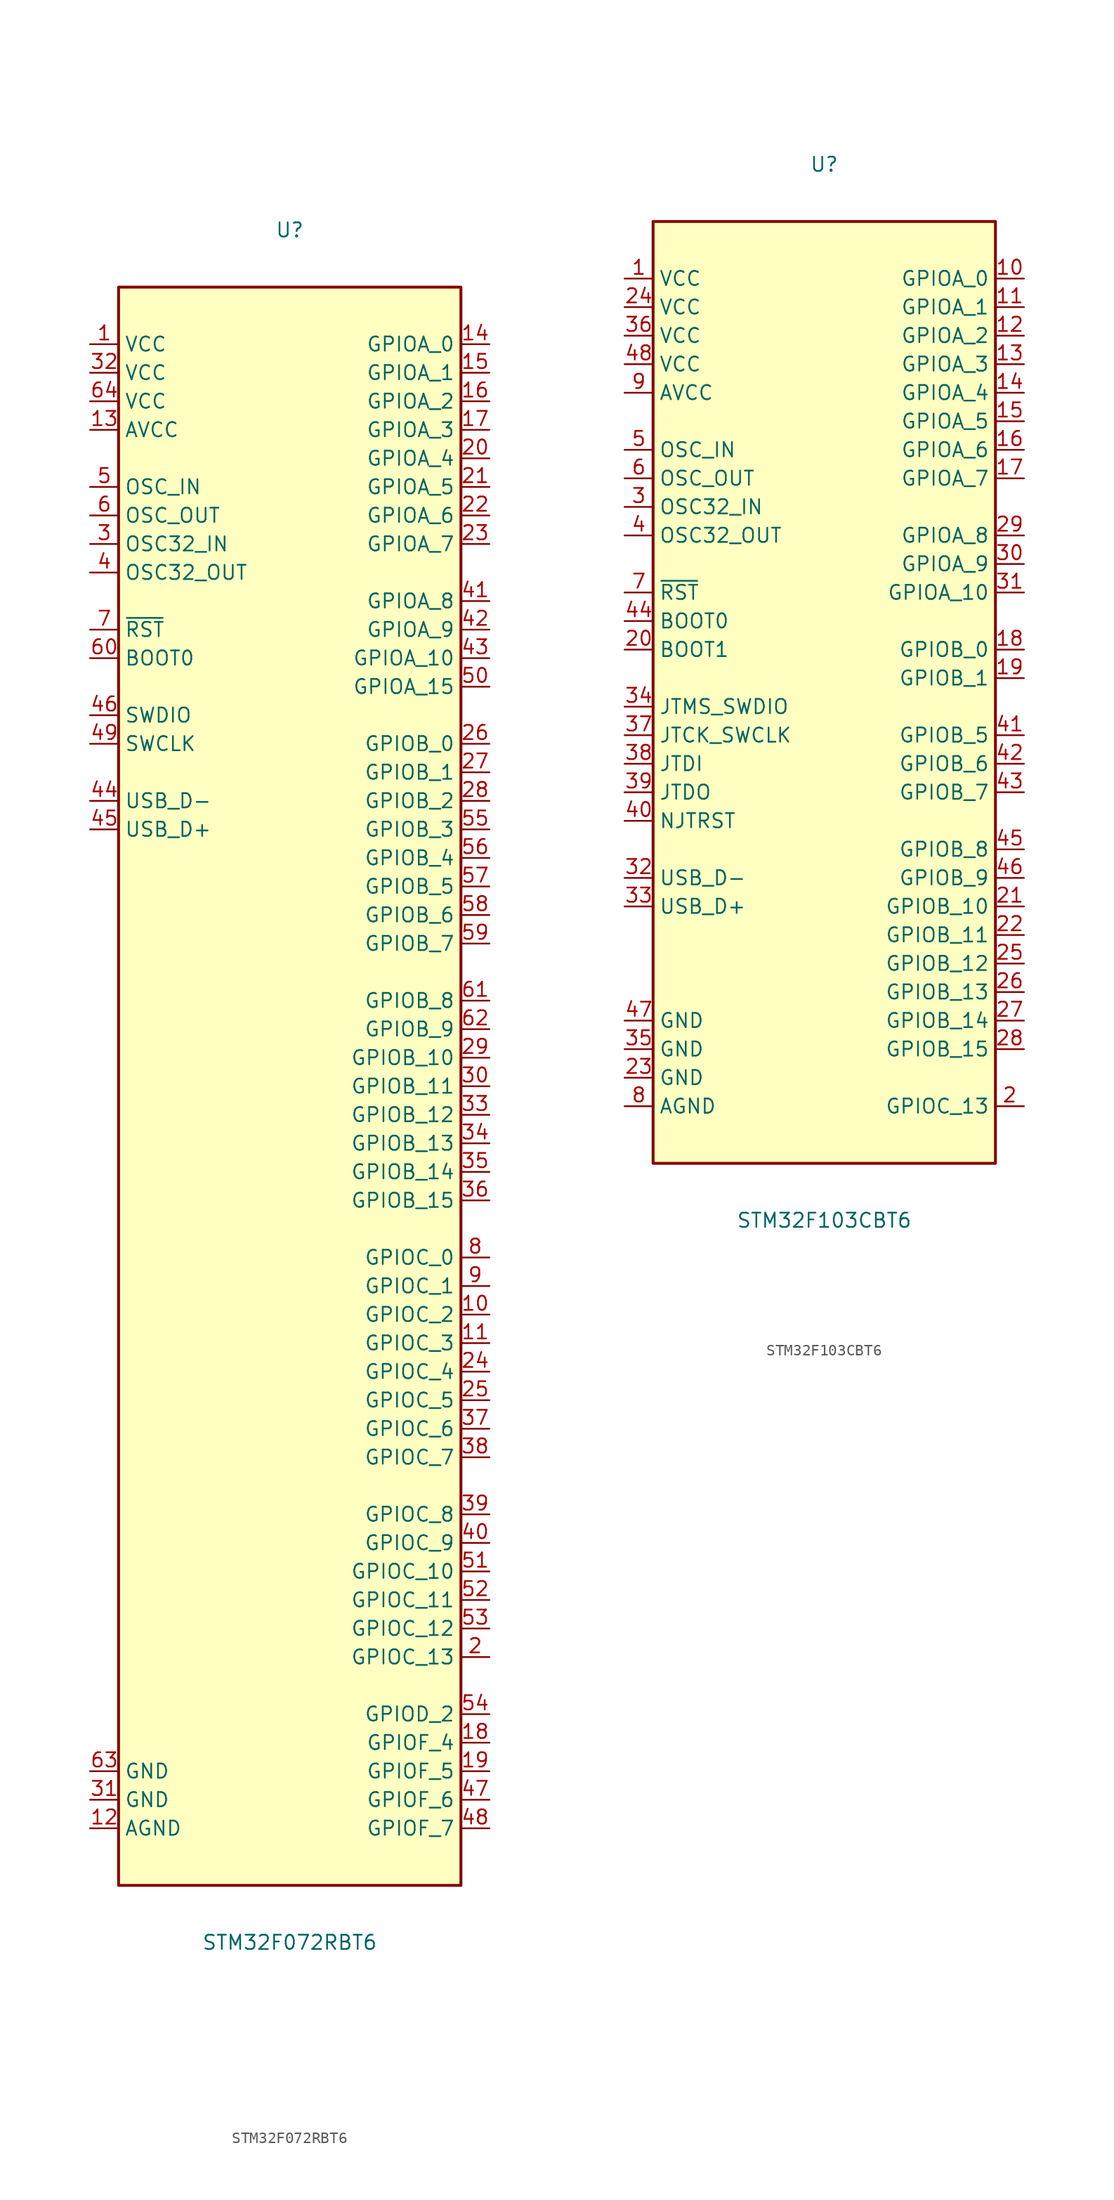
<source format=kicad_sym>
(kicad_symbol_lib
  (version 20231120)
  (generator "stm32_gen")
  (symbol "STM32F072RBT6"
    (property "Reference" "U"
      (at 0 76.2 0)
      (effects (font (size 1.27 1.27))))
    (property "Value" "STM32F072RBT6"
      (at 0 -76.2 0)
      (effects (font (size 1.27 1.27))))
    (symbol "STM32F072RBT6_0_1"
      (rectangle (start -15.24 -71.12) (end 15.24 71.12) (stroke (width 0.254) (type default)) (fill (type background))))
    (symbol "STM32F072RBT6_1_1"
      (pin power_in line (at -17.78 66.04 0) (length 2.54) (name "VCC" (effects (font (size 1.27 1.27)))) (number "1" (effects (font (size 1.27 1.27)))))
      (pin power_in line (at -17.78 63.5 0) (length 2.54) (name "VCC" (effects (font (size 1.27 1.27)))) (number "32" (effects (font (size 1.27 1.27)))))
      (pin power_in line (at -17.78 60.96 0) (length 2.54) (name "VCC" (effects (font (size 1.27 1.27)))) (number "64" (effects (font (size 1.27 1.27)))))
      (pin power_in line (at -17.78 58.42 0) (length 2.54) (name "AVCC" (effects (font (size 1.27 1.27)))) (number "13" (effects (font (size 1.27 1.27)))))
      (pin input line (at -17.78 53.34 0) (length 2.54) (name "OSC_IN" (effects (font (size 1.27 1.27)))) (number "5" (effects (font (size 1.27 1.27)))))
      (pin output line (at -17.78 50.8 0) (length 2.54) (name "OSC_OUT" (effects (font (size 1.27 1.27)))) (number "6" (effects (font (size 1.27 1.27)))))
      (pin input line (at -17.78 48.26 0) (length 2.54) (name "OSC32_IN" (effects (font (size 1.27 1.27)))) (number "3" (effects (font (size 1.27 1.27)))))
      (pin output line (at -17.78 45.72 0) (length 2.54) (name "OSC32_OUT" (effects (font (size 1.27 1.27)))) (number "4" (effects (font (size 1.27 1.27)))))
      (pin input line (at -17.78 40.64 0) (length 2.54) (name "~{RST}" (effects (font (size 1.27 1.27)))) (number "7" (effects (font (size 1.27 1.27)))))
      (pin input line (at -17.78 38.1 0) (length 2.54) (name "BOOT0" (effects (font (size 1.27 1.27)))) (number "60" (effects (font (size 1.27 1.27)))))
      (pin bidirectional line (at -17.78 33.02 0) (length 2.54) (name "SWDIO" (effects (font (size 1.27 1.27)))) (number "46" (effects (font (size 1.27 1.27)))))
      (pin bidirectional line (at -17.78 30.48 0) (length 2.54) (name "SWCLK" (effects (font (size 1.27 1.27)))) (number "49" (effects (font (size 1.27 1.27)))))
      (pin bidirectional line (at -17.78 25.4 0) (length 2.54) (name "USB_D-" (effects (font (size 1.27 1.27)))) (number "44" (effects (font (size 1.27 1.27)))))
      (pin bidirectional line (at -17.78 22.86 0) (length 2.54) (name "USB_D+" (effects (font (size 1.27 1.27)))) (number "45" (effects (font (size 1.27 1.27)))))
      (pin power_in line (at -17.78 -66.04 0) (length 2.54) (name "AGND" (effects (font (size 1.27 1.27)))) (number "12" (effects (font (size 1.27 1.27)))))
      (pin power_in line (at -17.78 -63.5 0) (length 2.54) (name "GND" (effects (font (size 1.27 1.27)))) (number "31" (effects (font (size 1.27 1.27)))))
      (pin power_in line (at -17.78 -60.96 0) (length 2.54) (name "GND" (effects (font (size 1.27 1.27)))) (number "63" (effects (font (size 1.27 1.27)))))
      (pin bidirectional line (at 17.78 66.04 180) (length 2.54) (name "GPIOA_0" (effects (font (size 1.27 1.27)))) (number "14" (effects (font (size 1.27 1.27)))))
      (pin bidirectional line (at 17.78 63.5 180) (length 2.54) (name "GPIOA_1" (effects (font (size 1.27 1.27)))) (number "15" (effects (font (size 1.27 1.27)))))
      (pin bidirectional line (at 17.78 60.96 180) (length 2.54) (name "GPIOA_2" (effects (font (size 1.27 1.27)))) (number "16" (effects (font (size 1.27 1.27)))))
      (pin bidirectional line (at 17.78 58.42 180) (length 2.54) (name "GPIOA_3" (effects (font (size 1.27 1.27)))) (number "17" (effects (font (size 1.27 1.27)))))
      (pin bidirectional line (at 17.78 55.88 180) (length 2.54) (name "GPIOA_4" (effects (font (size 1.27 1.27)))) (number "20" (effects (font (size 1.27 1.27)))))
      (pin bidirectional line (at 17.78 53.34 180) (length 2.54) (name "GPIOA_5" (effects (font (size 1.27 1.27)))) (number "21" (effects (font (size 1.27 1.27)))))
      (pin bidirectional line (at 17.78 50.8 180) (length 2.54) (name "GPIOA_6" (effects (font (size 1.27 1.27)))) (number "22" (effects (font (size 1.27 1.27)))))
      (pin bidirectional line (at 17.78 48.26 180) (length 2.54) (name "GPIOA_7" (effects (font (size 1.27 1.27)))) (number "23" (effects (font (size 1.27 1.27)))))
      (pin bidirectional line (at 17.78 43.18 180) (length 2.54) (name "GPIOA_8" (effects (font (size 1.27 1.27)))) (number "41" (effects (font (size 1.27 1.27)))))
      (pin bidirectional line (at 17.78 40.64 180) (length 2.54) (name "GPIOA_9" (effects (font (size 1.27 1.27)))) (number "42" (effects (font (size 1.27 1.27)))))
      (pin bidirectional line (at 17.78 38.1 180) (length 2.54) (name "GPIOA_10" (effects (font (size 1.27 1.27)))) (number "43" (effects (font (size 1.27 1.27)))))
      (pin bidirectional line (at 17.78 35.56 180) (length 2.54) (name "GPIOA_15" (effects (font (size 1.27 1.27)))) (number "50" (effects (font (size 1.27 1.27)))))
      (pin bidirectional line (at 17.78 30.48 180) (length 2.54) (name "GPIOB_0" (effects (font (size 1.27 1.27)))) (number "26" (effects (font (size 1.27 1.27)))))
      (pin bidirectional line (at 17.78 27.94 180) (length 2.54) (name "GPIOB_1" (effects (font (size 1.27 1.27)))) (number "27" (effects (font (size 1.27 1.27)))))
      (pin bidirectional line (at 17.78 25.4 180) (length 2.54) (name "GPIOB_2" (effects (font (size 1.27 1.27)))) (number "28" (effects (font (size 1.27 1.27)))))
      (pin bidirectional line (at 17.78 22.86 180) (length 2.54) (name "GPIOB_3" (effects (font (size 1.27 1.27)))) (number "55" (effects (font (size 1.27 1.27)))))
      (pin bidirectional line (at 17.78 20.32 180) (length 2.54) (name "GPIOB_4" (effects (font (size 1.27 1.27)))) (number "56" (effects (font (size 1.27 1.27)))))
      (pin bidirectional line (at 17.78 17.78 180) (length 2.54) (name "GPIOB_5" (effects (font (size 1.27 1.27)))) (number "57" (effects (font (size 1.27 1.27)))))
      (pin bidirectional line (at 17.78 15.24 180) (length 2.54) (name "GPIOB_6" (effects (font (size 1.27 1.27)))) (number "58" (effects (font (size 1.27 1.27)))))
      (pin bidirectional line (at 17.78 12.7 180) (length 2.54) (name "GPIOB_7" (effects (font (size 1.27 1.27)))) (number "59" (effects (font (size 1.27 1.27)))))
      (pin bidirectional line (at 17.78 7.62 180) (length 2.54) (name "GPIOB_8" (effects (font (size 1.27 1.27)))) (number "61" (effects (font (size 1.27 1.27)))))
      (pin bidirectional line (at 17.78 5.08 180) (length 2.54) (name "GPIOB_9" (effects (font (size 1.27 1.27)))) (number "62" (effects (font (size 1.27 1.27)))))
      (pin bidirectional line (at 17.78 2.54 180) (length 2.54) (name "GPIOB_10" (effects (font (size 1.27 1.27)))) (number "29" (effects (font (size 1.27 1.27)))))
      (pin bidirectional line (at 17.78 0.0 180) (length 2.54) (name "GPIOB_11" (effects (font (size 1.27 1.27)))) (number "30" (effects (font (size 1.27 1.27)))))
      (pin bidirectional line (at 17.78 -2.54 180) (length 2.54) (name "GPIOB_12" (effects (font (size 1.27 1.27)))) (number "33" (effects (font (size 1.27 1.27)))))
      (pin bidirectional line (at 17.78 -5.08 180) (length 2.54) (name "GPIOB_13" (effects (font (size 1.27 1.27)))) (number "34" (effects (font (size 1.27 1.27)))))
      (pin bidirectional line (at 17.78 -7.62 180) (length 2.54) (name "GPIOB_14" (effects (font (size 1.27 1.27)))) (number "35" (effects (font (size 1.27 1.27)))))
      (pin bidirectional line (at 17.78 -10.16 180) (length 2.54) (name "GPIOB_15" (effects (font (size 1.27 1.27)))) (number "36" (effects (font (size 1.27 1.27)))))
      (pin bidirectional line (at 17.78 -15.24 180) (length 2.54) (name "GPIOC_0" (effects (font (size 1.27 1.27)))) (number "8" (effects (font (size 1.27 1.27)))))
      (pin bidirectional line (at 17.78 -17.78 180) (length 2.54) (name "GPIOC_1" (effects (font (size 1.27 1.27)))) (number "9" (effects (font (size 1.27 1.27)))))
      (pin bidirectional line (at 17.78 -20.32 180) (length 2.54) (name "GPIOC_2" (effects (font (size 1.27 1.27)))) (number "10" (effects (font (size 1.27 1.27)))))
      (pin bidirectional line (at 17.78 -22.86 180) (length 2.54) (name "GPIOC_3" (effects (font (size 1.27 1.27)))) (number "11" (effects (font (size 1.27 1.27)))))
      (pin bidirectional line (at 17.78 -25.4 180) (length 2.54) (name "GPIOC_4" (effects (font (size 1.27 1.27)))) (number "24" (effects (font (size 1.27 1.27)))))
      (pin bidirectional line (at 17.78 -27.94 180) (length 2.54) (name "GPIOC_5" (effects (font (size 1.27 1.27)))) (number "25" (effects (font (size 1.27 1.27)))))
      (pin bidirectional line (at 17.78 -30.48 180) (length 2.54) (name "GPIOC_6" (effects (font (size 1.27 1.27)))) (number "37" (effects (font (size 1.27 1.27)))))
      (pin bidirectional line (at 17.78 -33.02 180) (length 2.54) (name "GPIOC_7" (effects (font (size 1.27 1.27)))) (number "38" (effects (font (size 1.27 1.27)))))
      (pin bidirectional line (at 17.78 -38.1 180) (length 2.54) (name "GPIOC_8" (effects (font (size 1.27 1.27)))) (number "39" (effects (font (size 1.27 1.27)))))
      (pin bidirectional line (at 17.78 -40.64 180) (length 2.54) (name "GPIOC_9" (effects (font (size 1.27 1.27)))) (number "40" (effects (font (size 1.27 1.27)))))
      (pin bidirectional line (at 17.78 -43.18 180) (length 2.54) (name "GPIOC_10" (effects (font (size 1.27 1.27)))) (number "51" (effects (font (size 1.27 1.27)))))
      (pin bidirectional line (at 17.78 -45.72 180) (length 2.54) (name "GPIOC_11" (effects (font (size 1.27 1.27)))) (number "52" (effects (font (size 1.27 1.27)))))
      (pin bidirectional line (at 17.78 -48.26 180) (length 2.54) (name "GPIOC_12" (effects (font (size 1.27 1.27)))) (number "53" (effects (font (size 1.27 1.27)))))
      (pin bidirectional line (at 17.78 -50.8 180) (length 2.54) (name "GPIOC_13" (effects (font (size 1.27 1.27)))) (number "2" (effects (font (size 1.27 1.27)))))
      (pin bidirectional line (at 17.78 -55.88 180) (length 2.54) (name "GPIOD_2" (effects (font (size 1.27 1.27)))) (number "54" (effects (font (size 1.27 1.27)))))
      (pin bidirectional line (at 17.78 -58.42 180) (length 2.54) (name "GPIOF_4" (effects (font (size 1.27 1.27)))) (number "18" (effects (font (size 1.27 1.27)))))
      (pin bidirectional line (at 17.78 -60.96 180) (length 2.54) (name "GPIOF_5" (effects (font (size 1.27 1.27)))) (number "19" (effects (font (size 1.27 1.27)))))
      (pin bidirectional line (at 17.78 -63.5 180) (length 2.54) (name "GPIOF_6" (effects (font (size 1.27 1.27)))) (number "47" (effects (font (size 1.27 1.27)))))
      (pin bidirectional line (at 17.78 -66.04 180) (length 2.54) (name "GPIOF_7" (effects (font (size 1.27 1.27)))) (number "48" (effects (font (size 1.27 1.27)))))))
  (symbol "STM32F103CBT6"
    (property "Reference" "U"
      (at 0 46.99 0)
      (effects (font (size 1.27 1.27))))
    (property "Value" "STM32F103CBT6"
      (at 0 -46.99 0)
      (effects (font (size 1.27 1.27))))
    (symbol "STM32F103CBT6_0_1"
      (rectangle (start -15.24 -41.91) (end 15.24 41.91) (stroke (width 0.254) (type default)) (fill (type background))))
    (symbol "STM32F103CBT6_1_1"
      (pin power_in line (at -17.78 36.83 0) (length 2.54) (name "VCC" (effects (font (size 1.27 1.27)))) (number "1" (effects (font (size 1.27 1.27)))))
      (pin power_in line (at -17.78 34.29 0) (length 2.54) (name "VCC" (effects (font (size 1.27 1.27)))) (number "24" (effects (font (size 1.27 1.27)))))
      (pin power_in line (at -17.78 31.75 0) (length 2.54) (name "VCC" (effects (font (size 1.27 1.27)))) (number "36" (effects (font (size 1.27 1.27)))))
      (pin power_in line (at -17.78 29.21 0) (length 2.54) (name "VCC" (effects (font (size 1.27 1.27)))) (number "48" (effects (font (size 1.27 1.27)))))
      (pin power_in line (at -17.78 26.67 0) (length 2.54) (name "AVCC" (effects (font (size 1.27 1.27)))) (number "9" (effects (font (size 1.27 1.27)))))
      (pin input line (at -17.78 21.59 0) (length 2.54) (name "OSC_IN" (effects (font (size 1.27 1.27)))) (number "5" (effects (font (size 1.27 1.27)))))
      (pin output line (at -17.78 19.05 0) (length 2.54) (name "OSC_OUT" (effects (font (size 1.27 1.27)))) (number "6" (effects (font (size 1.27 1.27)))))
      (pin input line (at -17.78 16.51 0) (length 2.54) (name "OSC32_IN" (effects (font (size 1.27 1.27)))) (number "3" (effects (font (size 1.27 1.27)))))
      (pin output line (at -17.78 13.97 0) (length 2.54) (name "OSC32_OUT" (effects (font (size 1.27 1.27)))) (number "4" (effects (font (size 1.27 1.27)))))
      (pin input line (at -17.78 8.89 0) (length 2.54) (name "~{RST}" (effects (font (size 1.27 1.27)))) (number "7" (effects (font (size 1.27 1.27)))))
      (pin input line (at -17.78 6.35 0) (length 2.54) (name "BOOT0" (effects (font (size 1.27 1.27)))) (number "44" (effects (font (size 1.27 1.27)))))
      (pin input line (at -17.78 3.81 0) (length 2.54) (name "BOOT1" (effects (font (size 1.27 1.27)))) (number "20" (effects (font (size 1.27 1.27)))))
      (pin bidirectional line (at -17.78 -1.27 0) (length 2.54) (name "JTMS_SWDIO" (effects (font (size 1.27 1.27)))) (number "34" (effects (font (size 1.27 1.27)))))
      (pin bidirectional line (at -17.78 -3.81 0) (length 2.54) (name "JTCK_SWCLK" (effects (font (size 1.27 1.27)))) (number "37" (effects (font (size 1.27 1.27)))))
      (pin input line (at -17.78 -6.35 0) (length 2.54) (name "JTDI" (effects (font (size 1.27 1.27)))) (number "38" (effects (font (size 1.27 1.27)))))
      (pin output line (at -17.78 -8.89 0) (length 2.54) (name "JTDO" (effects (font (size 1.27 1.27)))) (number "39" (effects (font (size 1.27 1.27)))))
      (pin input line (at -17.78 -11.43 0) (length 2.54) (name "NJTRST" (effects (font (size 1.27 1.27)))) (number "40" (effects (font (size 1.27 1.27)))))
      (pin bidirectional line (at -17.78 -16.51 0) (length 2.54) (name "USB_D-" (effects (font (size 1.27 1.27)))) (number "32" (effects (font (size 1.27 1.27)))))
      (pin bidirectional line (at -17.78 -19.05 0) (length 2.54) (name "USB_D+" (effects (font (size 1.27 1.27)))) (number "33" (effects (font (size 1.27 1.27)))))
      (pin power_in line (at -17.78 -36.83 0) (length 2.54) (name "AGND" (effects (font (size 1.27 1.27)))) (number "8" (effects (font (size 1.27 1.27)))))
      (pin power_in line (at -17.78 -34.29 0) (length 2.54) (name "GND" (effects (font (size 1.27 1.27)))) (number "23" (effects (font (size 1.27 1.27)))))
      (pin power_in line (at -17.78 -31.75 0) (length 2.54) (name "GND" (effects (font (size 1.27 1.27)))) (number "35" (effects (font (size 1.27 1.27)))))
      (pin power_in line (at -17.78 -29.21 0) (length 2.54) (name "GND" (effects (font (size 1.27 1.27)))) (number "47" (effects (font (size 1.27 1.27)))))
      (pin bidirectional line (at 17.78 36.83 180) (length 2.54) (name "GPIOA_0" (effects (font (size 1.27 1.27)))) (number "10" (effects (font (size 1.27 1.27)))))
      (pin bidirectional line (at 17.78 34.29 180) (length 2.54) (name "GPIOA_1" (effects (font (size 1.27 1.27)))) (number "11" (effects (font (size 1.27 1.27)))))
      (pin bidirectional line (at 17.78 31.75 180) (length 2.54) (name "GPIOA_2" (effects (font (size 1.27 1.27)))) (number "12" (effects (font (size 1.27 1.27)))))
      (pin bidirectional line (at 17.78 29.21 180) (length 2.54) (name "GPIOA_3" (effects (font (size 1.27 1.27)))) (number "13" (effects (font (size 1.27 1.27)))))
      (pin bidirectional line (at 17.78 26.67 180) (length 2.54) (name "GPIOA_4" (effects (font (size 1.27 1.27)))) (number "14" (effects (font (size 1.27 1.27)))))
      (pin bidirectional line (at 17.78 24.13 180) (length 2.54) (name "GPIOA_5" (effects (font (size 1.27 1.27)))) (number "15" (effects (font (size 1.27 1.27)))))
      (pin bidirectional line (at 17.78 21.59 180) (length 2.54) (name "GPIOA_6" (effects (font (size 1.27 1.27)))) (number "16" (effects (font (size 1.27 1.27)))))
      (pin bidirectional line (at 17.78 19.05 180) (length 2.54) (name "GPIOA_7" (effects (font (size 1.27 1.27)))) (number "17" (effects (font (size 1.27 1.27)))))
      (pin bidirectional line (at 17.78 13.97 180) (length 2.54) (name "GPIOA_8" (effects (font (size 1.27 1.27)))) (number "29" (effects (font (size 1.27 1.27)))))
      (pin bidirectional line (at 17.78 11.43 180) (length 2.54) (name "GPIOA_9" (effects (font (size 1.27 1.27)))) (number "30" (effects (font (size 1.27 1.27)))))
      (pin bidirectional line (at 17.78 8.89 180) (length 2.54) (name "GPIOA_10" (effects (font (size 1.27 1.27)))) (number "31" (effects (font (size 1.27 1.27)))))
      (pin bidirectional line (at 17.78 3.81 180) (length 2.54) (name "GPIOB_0" (effects (font (size 1.27 1.27)))) (number "18" (effects (font (size 1.27 1.27)))))
      (pin bidirectional line (at 17.78 1.27 180) (length 2.54) (name "GPIOB_1" (effects (font (size 1.27 1.27)))) (number "19" (effects (font (size 1.27 1.27)))))
      (pin bidirectional line (at 17.78 -3.81 180) (length 2.54) (name "GPIOB_5" (effects (font (size 1.27 1.27)))) (number "41" (effects (font (size 1.27 1.27)))))
      (pin bidirectional line (at 17.78 -6.35 180) (length 2.54) (name "GPIOB_6" (effects (font (size 1.27 1.27)))) (number "42" (effects (font (size 1.27 1.27)))))
      (pin bidirectional line (at 17.78 -8.89 180) (length 2.54) (name "GPIOB_7" (effects (font (size 1.27 1.27)))) (number "43" (effects (font (size 1.27 1.27)))))
      (pin bidirectional line (at 17.78 -13.97 180) (length 2.54) (name "GPIOB_8" (effects (font (size 1.27 1.27)))) (number "45" (effects (font (size 1.27 1.27)))))
      (pin bidirectional line (at 17.78 -16.51 180) (length 2.54) (name "GPIOB_9" (effects (font (size 1.27 1.27)))) (number "46" (effects (font (size 1.27 1.27)))))
      (pin bidirectional line (at 17.78 -19.05 180) (length 2.54) (name "GPIOB_10" (effects (font (size 1.27 1.27)))) (number "21" (effects (font (size 1.27 1.27)))))
      (pin bidirectional line (at 17.78 -21.59 180) (length 2.54) (name "GPIOB_11" (effects (font (size 1.27 1.27)))) (number "22" (effects (font (size 1.27 1.27)))))
      (pin bidirectional line (at 17.78 -24.13 180) (length 2.54) (name "GPIOB_12" (effects (font (size 1.27 1.27)))) (number "25" (effects (font (size 1.27 1.27)))))
      (pin bidirectional line (at 17.78 -26.67 180) (length 2.54) (name "GPIOB_13" (effects (font (size 1.27 1.27)))) (number "26" (effects (font (size 1.27 1.27)))))
      (pin bidirectional line (at 17.78 -29.21 180) (length 2.54) (name "GPIOB_14" (effects (font (size 1.27 1.27)))) (number "27" (effects (font (size 1.27 1.27)))))
      (pin bidirectional line (at 17.78 -31.75 180) (length 2.54) (name "GPIOB_15" (effects (font (size 1.27 1.27)))) (number "28" (effects (font (size 1.27 1.27)))))
      (pin bidirectional line (at 17.78 -36.83 180) (length 2.54) (name "GPIOC_13" (effects (font (size 1.27 1.27)))) (number "2" (effects (font (size 1.27 1.27))))))))
</source>
